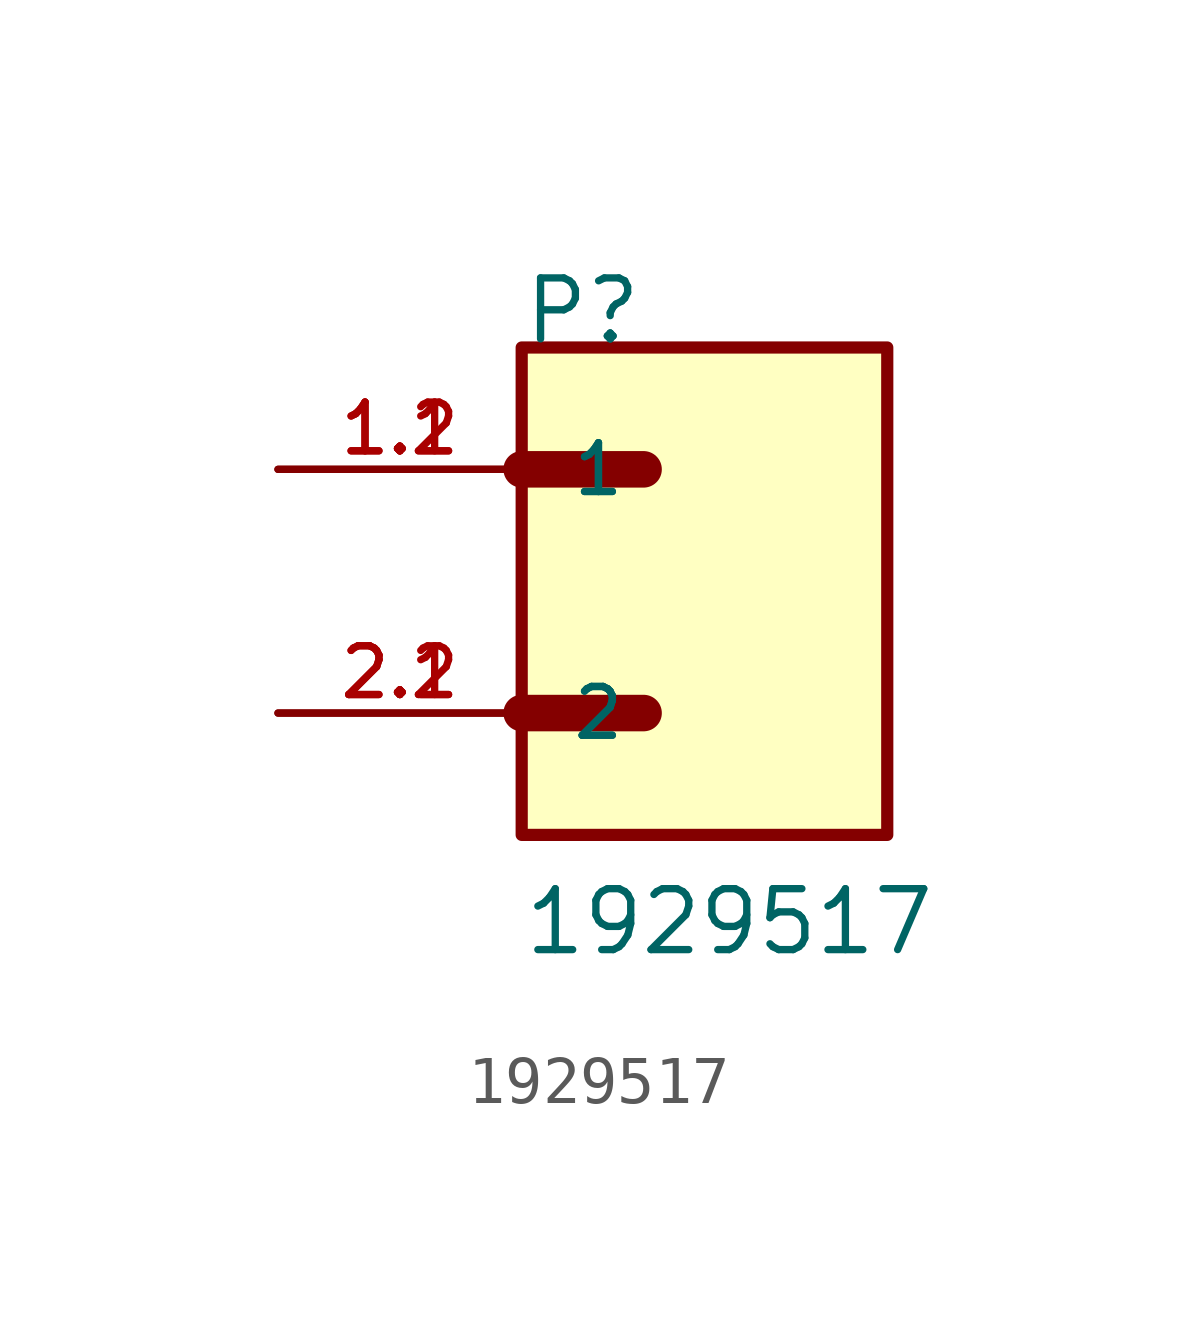
<source format=kicad_sym>
(kicad_symbol_lib
  (version 20211014)
  (generator kicad_symbol_editor)
  (symbol "1929517"
    (pin_names
      (offset 1.016))
    (property "Reference" "P"
      (at -2.549 5.097 0)
      (effects (font (size 1.27 1.27)) (justify bottom left)))
    (property "Value" "1929517"
      (at -2.545 -7.634 0)
      (effects (font (size 1.27 1.27)) (justify bottom left)))
    (symbol "1929517_0_0"
      (polyline (pts (xy -2.54 2.54) (xy 0.0 2.54)) (stroke (width 0.762)))
      (polyline (pts (xy -2.54 -2.54) (xy 0.0 -2.54)) (stroke (width 0.762)))
      (rectangle (start -2.54 -5.08) (end 5.08 5.08) (stroke (width 0.254)) (fill (type background)))
      (pin passive line (at -7.62 2.54 0) (length 5.08) (name "1" (effects (font (size 1.016 1.016)))) (number "1.1" (effects (font (size 1.016 1.016)))))
      (pin passive line (at -7.62 2.54 0) (length 5.08) (name "1" (effects (font (size 1.016 1.016)))) (number "1.2" (effects (font (size 1.016 1.016)))))
      (pin passive line (at -7.62 -2.54 0) (length 5.08) (name "2" (effects (font (size 1.016 1.016)))) (number "2.1" (effects (font (size 1.016 1.016)))))
      (pin passive line (at -7.62 -2.54 0) (length 5.08) (name "2" (effects (font (size 1.016 1.016)))) (number "2.2" (effects (font (size 1.016 1.016))))))))
</source>
